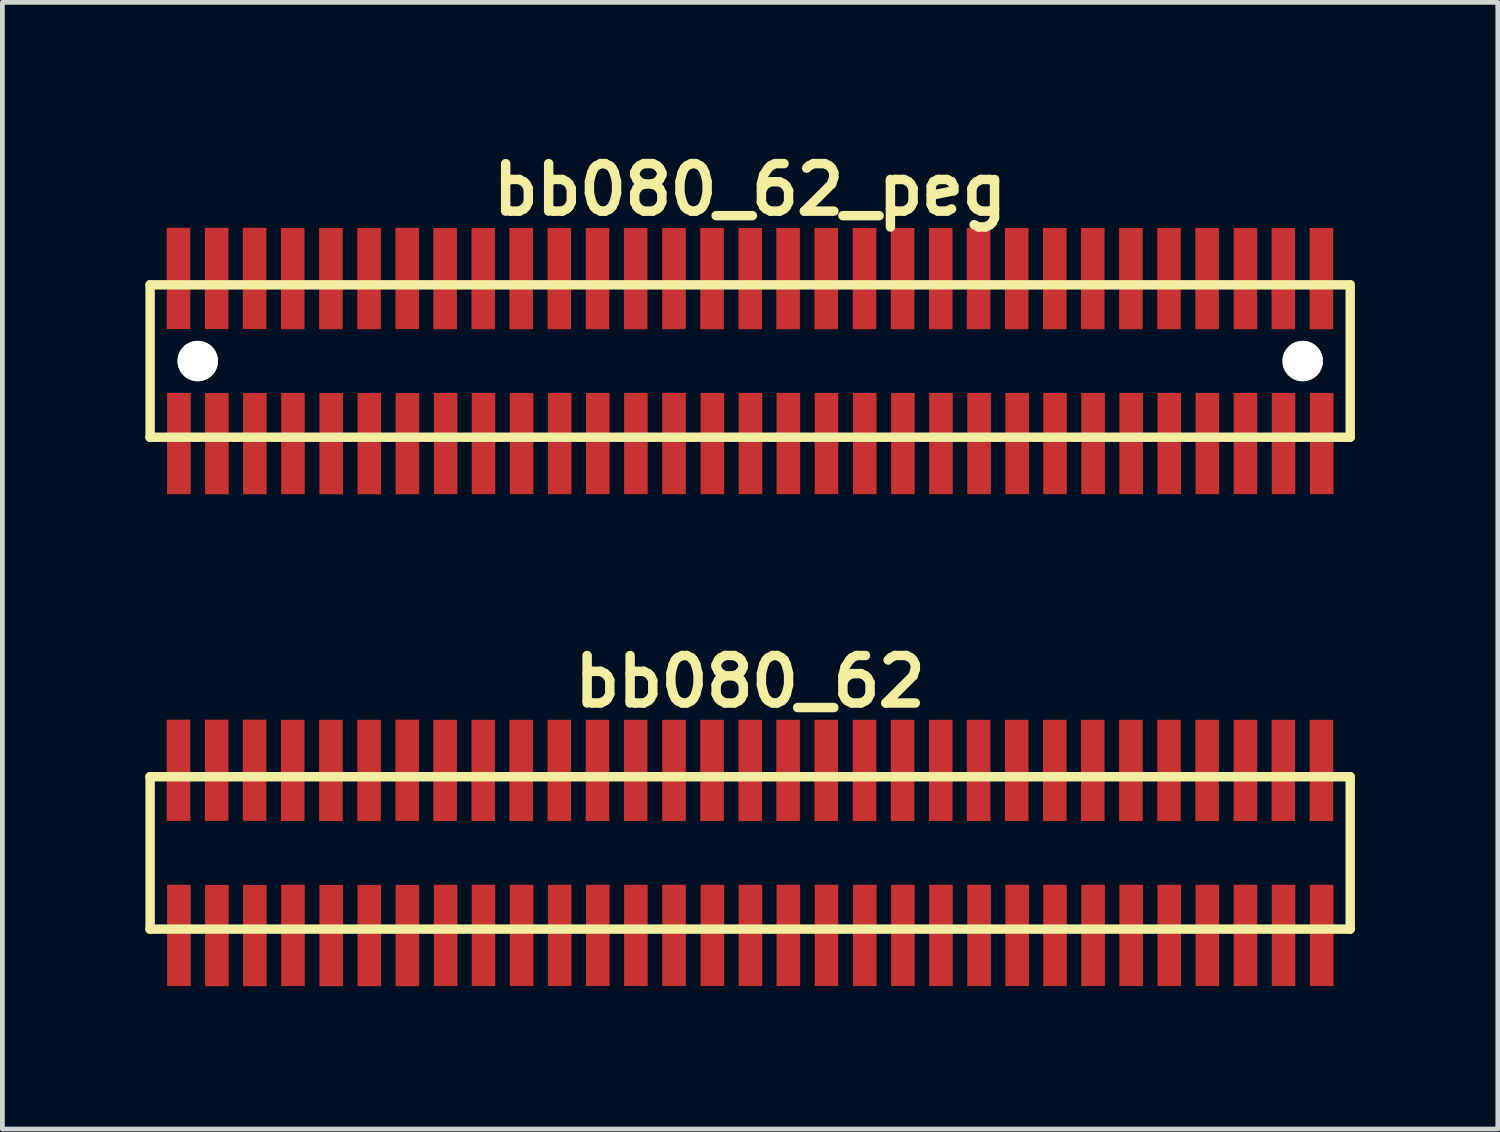
<source format=kicad_pcb>
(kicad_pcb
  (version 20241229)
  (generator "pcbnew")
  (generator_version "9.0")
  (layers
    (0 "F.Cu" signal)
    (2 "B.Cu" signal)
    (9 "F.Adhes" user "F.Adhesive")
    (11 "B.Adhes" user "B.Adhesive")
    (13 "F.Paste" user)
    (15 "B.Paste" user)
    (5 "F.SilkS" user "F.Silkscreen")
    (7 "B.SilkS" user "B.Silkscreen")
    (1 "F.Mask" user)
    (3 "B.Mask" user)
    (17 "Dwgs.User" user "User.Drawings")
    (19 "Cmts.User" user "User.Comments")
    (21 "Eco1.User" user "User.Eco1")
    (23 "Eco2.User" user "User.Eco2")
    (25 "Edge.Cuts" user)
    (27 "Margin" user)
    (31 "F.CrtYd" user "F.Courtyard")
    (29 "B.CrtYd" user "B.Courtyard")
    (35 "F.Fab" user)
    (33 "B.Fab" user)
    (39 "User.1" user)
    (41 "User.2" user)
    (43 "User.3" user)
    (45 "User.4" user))
  (footprint "bb080_62_peg"
    (layer "F.Cu")
    (at 12.7 4.531)
    (property "Reference" "bb080_62_peg" (at 0 -3.599 0) (layer "F.SilkS") (effects (font (size 0.998 0.998) (thickness 0.198))))
    (attr through_hole)
    (fp_line (start -12.601 1.6) (end 12.598 1.6) (stroke (width 0.198) (type solid)) (layer "F.SilkS"))
    (fp_line (start -12.598 -1.6) (end -12.598 1.6) (stroke (width 0.198) (type solid)) (layer "F.SilkS"))
    (fp_line (start 12.598 -1.6) (end -12.601 -1.6) (stroke (width 0.198) (type solid)) (layer "F.SilkS"))
    (fp_line (start 12.601 1.6) (end 12.601 -1.6) (stroke (width 0.198) (type solid)) (layer "F.SilkS"))
    (pad "" np_thru_hole circle (at -11.598 0) (size 0.848 0.848) (drill 0.848) (layers "*.Cu" "*.Mask" "F.SilkS"))
    (pad "" np_thru_hole circle (at 11.603 0) (size 0.848 0.848) (drill 0.848) (layers "*.Cu" "*.Mask" "F.SilkS"))
    (pad "1" smd rect (at -11.994 1.732) (size 0.495 2.126) (layers "F.Cu" "F.Mask" "F.Paste"))
    (pad "2" smd rect (at -12.002 -1.735) (size 0.495 2.126) (layers "F.Cu" "F.Mask" "F.Paste"))
    (pad "3" smd rect (at -11.196 1.735) (size 0.495 2.126) (layers "F.Cu" "F.Mask" "F.Paste"))
    (pad "4" smd rect (at -11.201 -1.735) (size 0.495 2.126) (layers "F.Cu" "F.Mask" "F.Paste"))
    (pad "5" smd rect (at -10.399 1.735) (size 0.495 2.126) (layers "F.Cu" "F.Mask" "F.Paste"))
    (pad "6" smd rect (at -10.404 -1.735) (size 0.495 2.126) (layers "F.Cu" "F.Mask" "F.Paste"))
    (pad "7" smd rect (at -9.599 1.732) (size 0.495 2.126) (layers "F.Cu" "F.Mask" "F.Paste"))
    (pad "8" smd rect (at -9.604 -1.732) (size 0.495 2.126) (layers "F.Cu" "F.Mask" "F.Paste"))
    (pad "9" smd rect (at -8.796 1.735) (size 0.495 2.126) (layers "F.Cu" "F.Mask" "F.Paste"))
    (pad "10" smd rect (at -8.801 -1.732) (size 0.495 2.126) (layers "F.Cu" "F.Mask" "F.Paste"))
    (pad "11" smd rect (at -7.996 1.735) (size 0.495 2.126) (layers "F.Cu" "F.Mask" "F.Paste"))
    (pad "12" smd rect (at -8.001 -1.732) (size 0.495 2.126) (layers "F.Cu" "F.Mask" "F.Paste"))
    (pad "13" smd rect (at -7.196 1.735) (size 0.495 2.126) (layers "F.Cu" "F.Mask" "F.Paste"))
    (pad "14" smd rect (at -7.198 -1.735) (size 0.495 2.126) (layers "F.Cu" "F.Mask" "F.Paste"))
    (pad "15" smd rect (at -6.393 1.732) (size 0.495 2.126) (layers "F.Cu" "F.Mask" "F.Paste"))
    (pad "16" smd rect (at -6.403 -1.732) (size 0.495 2.126) (layers "F.Cu" "F.Mask" "F.Paste"))
    (pad "17" smd rect (at -5.598 1.732) (size 0.495 2.126) (layers "F.Cu" "F.Mask" "F.Paste"))
    (pad "18" smd rect (at -5.603 -1.732) (size 0.495 2.126) (layers "F.Cu" "F.Mask" "F.Paste"))
    (pad "19" smd rect (at -4.798 1.732) (size 0.495 2.126) (layers "F.Cu" "F.Mask" "F.Paste"))
    (pad "20" smd rect (at -4.806 -1.732) (size 0.495 2.126) (layers "F.Cu" "F.Mask" "F.Paste"))
    (pad "21" smd rect (at -3.998 1.732) (size 0.495 2.126) (layers "F.Cu" "F.Mask" "F.Paste"))
    (pad "22" smd rect (at -4.006 -1.732) (size 0.495 2.126) (layers "F.Cu" "F.Mask" "F.Paste"))
    (pad "23" smd rect (at -3.198 1.732) (size 0.495 2.126) (layers "F.Cu" "F.Mask" "F.Paste"))
    (pad "24" smd rect (at -3.203 -1.732) (size 0.495 2.126) (layers "F.Cu" "F.Mask" "F.Paste"))
    (pad "25" smd rect (at -2.398 1.732) (size 0.495 2.126) (layers "F.Cu" "F.Mask" "F.Paste"))
    (pad "26" smd rect (at -2.403 -1.732) (size 0.495 2.126) (layers "F.Cu" "F.Mask" "F.Paste"))
    (pad "27" smd rect (at -1.598 1.732) (size 0.495 2.126) (layers "F.Cu" "F.Mask" "F.Paste"))
    (pad "28" smd rect (at -1.598 -1.732) (size 0.495 2.126) (layers "F.Cu" "F.Mask" "F.Paste"))
    (pad "29" smd rect (at -0.792 1.732) (size 0.495 2.126) (layers "F.Cu" "F.Mask" "F.Paste"))
    (pad "30" smd rect (at -0.798 -1.732) (size 0.495 2.126) (layers "F.Cu" "F.Mask" "F.Paste"))
    (pad "31" smd rect (at 0.008 1.732) (size 0.495 2.126) (layers "F.Cu" "F.Mask" "F.Paste"))
    (pad "32" smd rect (at 0.003 -1.732) (size 0.495 2.126) (layers "F.Cu" "F.Mask" "F.Paste"))
    (pad "33" smd rect (at 0.803 1.732) (size 0.495 2.126) (layers "F.Cu" "F.Mask" "F.Paste"))
    (pad "34" smd rect (at 0.798 -1.732) (size 0.495 2.126) (layers "F.Cu" "F.Mask" "F.Paste"))
    (pad "35" smd rect (at 1.603 1.732) (size 0.495 2.126) (layers "F.Cu" "F.Mask" "F.Paste"))
    (pad "36" smd rect (at 1.598 -1.732) (size 0.495 2.126) (layers "F.Cu" "F.Mask" "F.Paste"))
    (pad "37" smd rect (at 2.408 1.732) (size 0.495 2.126) (layers "F.Cu" "F.Mask" "F.Paste"))
    (pad "38" smd rect (at 2.403 -1.732) (size 0.495 2.126) (layers "F.Cu" "F.Mask" "F.Paste"))
    (pad "39" smd rect (at 3.208 1.732) (size 0.495 2.126) (layers "F.Cu" "F.Mask" "F.Paste"))
    (pad "40" smd rect (at 3.203 -1.732) (size 0.495 2.126) (layers "F.Cu" "F.Mask" "F.Paste"))
    (pad "41" smd rect (at 4.008 1.732) (size 0.495 2.126) (layers "F.Cu" "F.Mask" "F.Paste"))
    (pad "42" smd rect (at 4.003 -1.732) (size 0.495 2.126) (layers "F.Cu" "F.Mask" "F.Paste"))
    (pad "43" smd rect (at 4.808 1.732) (size 0.495 2.126) (layers "F.Cu" "F.Mask" "F.Paste"))
    (pad "44" smd rect (at 4.798 -1.732) (size 0.495 2.126) (layers "F.Cu" "F.Mask" "F.Paste"))
    (pad "45" smd rect (at 5.608 1.732) (size 0.495 2.126) (layers "F.Cu" "F.Mask" "F.Paste"))
    (pad "46" smd rect (at 5.598 -1.732) (size 0.495 2.126) (layers "F.Cu" "F.Mask" "F.Paste"))
    (pad "47" smd rect (at 6.403 1.732) (size 0.495 2.126) (layers "F.Cu" "F.Mask" "F.Paste"))
    (pad "48" smd rect (at 6.398 -1.732) (size 0.495 2.126) (layers "F.Cu" "F.Mask" "F.Paste"))
    (pad "49" smd rect (at 7.203 1.732) (size 0.495 2.126) (layers "F.Cu" "F.Mask" "F.Paste"))
    (pad "50" smd rect (at 7.196 -1.732) (size 0.495 2.126) (layers "F.Cu" "F.Mask" "F.Paste"))
    (pad "51" smd rect (at 8.001 1.732) (size 0.495 2.126) (layers "F.Cu" "F.Mask" "F.Paste"))
    (pad "52" smd rect (at 7.996 -1.732) (size 0.495 2.126) (layers "F.Cu" "F.Mask" "F.Paste"))
    (pad "53" smd rect (at 8.801 1.732) (size 0.495 2.126) (layers "F.Cu" "F.Mask" "F.Paste"))
    (pad "54" smd rect (at 8.796 -1.732) (size 0.495 2.126) (layers "F.Cu" "F.Mask" "F.Paste"))
    (pad "55" smd rect (at 9.601 1.732) (size 0.495 2.126) (layers "F.Cu" "F.Mask" "F.Paste"))
    (pad "56" smd rect (at 9.596 -1.732) (size 0.495 2.126) (layers "F.Cu" "F.Mask" "F.Paste"))
    (pad "57" smd rect (at 10.401 1.732) (size 0.495 2.126) (layers "F.Cu" "F.Mask" "F.Paste"))
    (pad "58" smd rect (at 10.401 -1.732) (size 0.495 2.126) (layers "F.Cu" "F.Mask" "F.Paste"))
    (pad "59" smd rect (at 11.201 1.732) (size 0.495 2.126) (layers "F.Cu" "F.Mask" "F.Paste"))
    (pad "60" smd rect (at 11.196 -1.732) (size 0.495 2.126) (layers "F.Cu" "F.Mask" "F.Paste"))
    (pad "61" smd rect (at 12.002 1.732) (size 0.495 2.126) (layers "F.Cu" "F.Mask" "F.Paste"))
    (pad "62" smd rect (at 11.996 -1.732) (size 0.495 2.126) (layers "F.Cu" "F.Mask" "F.Paste")))
  (footprint "bb080_62"
    (layer "F.Cu")
    (at 12.7 14.859)
    (property "Reference" "bb080_62" (at 0 -3.599 0) (layer "F.SilkS") (effects (font (size 0.998 0.998) (thickness 0.198))))
    (attr through_hole)
    (fp_line (start -12.601 1.6) (end 12.598 1.6) (stroke (width 0.198) (type solid)) (layer "F.SilkS"))
    (fp_line (start -12.598 -1.6) (end -12.598 1.6) (stroke (width 0.198) (type solid)) (layer "F.SilkS"))
    (fp_line (start 12.598 -1.6) (end -12.601 -1.6) (stroke (width 0.198) (type solid)) (layer "F.SilkS"))
    (fp_line (start 12.601 1.6) (end 12.601 -1.6) (stroke (width 0.198) (type solid)) (layer "F.SilkS"))
    (pad "1" smd rect (at -11.994 1.732) (size 0.495 2.126) (layers "F.Cu" "F.Mask" "F.Paste"))
    (pad "2" smd rect (at -12.002 -1.735) (size 0.495 2.126) (layers "F.Cu" "F.Mask" "F.Paste"))
    (pad "3" smd rect (at -11.196 1.735) (size 0.495 2.126) (layers "F.Cu" "F.Mask" "F.Paste"))
    (pad "4" smd rect (at -11.201 -1.735) (size 0.495 2.126) (layers "F.Cu" "F.Mask" "F.Paste"))
    (pad "5" smd rect (at -10.399 1.735) (size 0.495 2.126) (layers "F.Cu" "F.Mask" "F.Paste"))
    (pad "6" smd rect (at -10.404 -1.735) (size 0.495 2.126) (layers "F.Cu" "F.Mask" "F.Paste"))
    (pad "7" smd rect (at -9.599 1.732) (size 0.495 2.126) (layers "F.Cu" "F.Mask" "F.Paste"))
    (pad "8" smd rect (at -9.604 -1.732) (size 0.495 2.126) (layers "F.Cu" "F.Mask" "F.Paste"))
    (pad "9" smd rect (at -8.796 1.735) (size 0.495 2.126) (layers "F.Cu" "F.Mask" "F.Paste"))
    (pad "10" smd rect (at -8.801 -1.732) (size 0.495 2.126) (layers "F.Cu" "F.Mask" "F.Paste"))
    (pad "11" smd rect (at -7.996 1.735) (size 0.495 2.126) (layers "F.Cu" "F.Mask" "F.Paste"))
    (pad "12" smd rect (at -8.001 -1.732) (size 0.495 2.126) (layers "F.Cu" "F.Mask" "F.Paste"))
    (pad "13" smd rect (at -7.196 1.735) (size 0.495 2.126) (layers "F.Cu" "F.Mask" "F.Paste"))
    (pad "14" smd rect (at -7.198 -1.735) (size 0.495 2.126) (layers "F.Cu" "F.Mask" "F.Paste"))
    (pad "15" smd rect (at -6.393 1.732) (size 0.495 2.126) (layers "F.Cu" "F.Mask" "F.Paste"))
    (pad "16" smd rect (at -6.403 -1.732) (size 0.495 2.126) (layers "F.Cu" "F.Mask" "F.Paste"))
    (pad "17" smd rect (at -5.598 1.732) (size 0.495 2.126) (layers "F.Cu" "F.Mask" "F.Paste"))
    (pad "18" smd rect (at -5.603 -1.732) (size 0.495 2.126) (layers "F.Cu" "F.Mask" "F.Paste"))
    (pad "19" smd rect (at -4.798 1.732) (size 0.495 2.126) (layers "F.Cu" "F.Mask" "F.Paste"))
    (pad "20" smd rect (at -4.806 -1.732) (size 0.495 2.126) (layers "F.Cu" "F.Mask" "F.Paste"))
    (pad "21" smd rect (at -3.998 1.732) (size 0.495 2.126) (layers "F.Cu" "F.Mask" "F.Paste"))
    (pad "22" smd rect (at -4.006 -1.732) (size 0.495 2.126) (layers "F.Cu" "F.Mask" "F.Paste"))
    (pad "23" smd rect (at -3.198 1.732) (size 0.495 2.126) (layers "F.Cu" "F.Mask" "F.Paste"))
    (pad "24" smd rect (at -3.203 -1.732) (size 0.495 2.126) (layers "F.Cu" "F.Mask" "F.Paste"))
    (pad "25" smd rect (at -2.398 1.732) (size 0.495 2.126) (layers "F.Cu" "F.Mask" "F.Paste"))
    (pad "26" smd rect (at -2.403 -1.732) (size 0.495 2.126) (layers "F.Cu" "F.Mask" "F.Paste"))
    (pad "27" smd rect (at -1.598 1.732) (size 0.495 2.126) (layers "F.Cu" "F.Mask" "F.Paste"))
    (pad "28" smd rect (at -1.598 -1.732) (size 0.495 2.126) (layers "F.Cu" "F.Mask" "F.Paste"))
    (pad "29" smd rect (at -0.792 1.732) (size 0.495 2.126) (layers "F.Cu" "F.Mask" "F.Paste"))
    (pad "30" smd rect (at -0.798 -1.732) (size 0.495 2.126) (layers "F.Cu" "F.Mask" "F.Paste"))
    (pad "31" smd rect (at 0.008 1.732) (size 0.495 2.126) (layers "F.Cu" "F.Mask" "F.Paste"))
    (pad "32" smd rect (at 0.003 -1.732) (size 0.495 2.126) (layers "F.Cu" "F.Mask" "F.Paste"))
    (pad "33" smd rect (at 0.803 1.732) (size 0.495 2.126) (layers "F.Cu" "F.Mask" "F.Paste"))
    (pad "34" smd rect (at 0.798 -1.732) (size 0.495 2.126) (layers "F.Cu" "F.Mask" "F.Paste"))
    (pad "35" smd rect (at 1.603 1.732) (size 0.495 2.126) (layers "F.Cu" "F.Mask" "F.Paste"))
    (pad "36" smd rect (at 1.598 -1.732) (size 0.495 2.126) (layers "F.Cu" "F.Mask" "F.Paste"))
    (pad "37" smd rect (at 2.408 1.732) (size 0.495 2.126) (layers "F.Cu" "F.Mask" "F.Paste"))
    (pad "38" smd rect (at 2.403 -1.732) (size 0.495 2.126) (layers "F.Cu" "F.Mask" "F.Paste"))
    (pad "39" smd rect (at 3.208 1.732) (size 0.495 2.126) (layers "F.Cu" "F.Mask" "F.Paste"))
    (pad "40" smd rect (at 3.203 -1.732) (size 0.495 2.126) (layers "F.Cu" "F.Mask" "F.Paste"))
    (pad "41" smd rect (at 4.008 1.732) (size 0.495 2.126) (layers "F.Cu" "F.Mask" "F.Paste"))
    (pad "42" smd rect (at 4.003 -1.732) (size 0.495 2.126) (layers "F.Cu" "F.Mask" "F.Paste"))
    (pad "43" smd rect (at 4.808 1.732) (size 0.495 2.126) (layers "F.Cu" "F.Mask" "F.Paste"))
    (pad "44" smd rect (at 4.798 -1.732) (size 0.495 2.126) (layers "F.Cu" "F.Mask" "F.Paste"))
    (pad "45" smd rect (at 5.608 1.732) (size 0.495 2.126) (layers "F.Cu" "F.Mask" "F.Paste"))
    (pad "46" smd rect (at 5.598 -1.732) (size 0.495 2.126) (layers "F.Cu" "F.Mask" "F.Paste"))
    (pad "47" smd rect (at 6.403 1.732) (size 0.495 2.126) (layers "F.Cu" "F.Mask" "F.Paste"))
    (pad "48" smd rect (at 6.398 -1.732) (size 0.495 2.126) (layers "F.Cu" "F.Mask" "F.Paste"))
    (pad "49" smd rect (at 7.203 1.732) (size 0.495 2.126) (layers "F.Cu" "F.Mask" "F.Paste"))
    (pad "50" smd rect (at 7.196 -1.732) (size 0.495 2.126) (layers "F.Cu" "F.Mask" "F.Paste"))
    (pad "51" smd rect (at 8.001 1.732) (size 0.495 2.126) (layers "F.Cu" "F.Mask" "F.Paste"))
    (pad "52" smd rect (at 7.996 -1.732) (size 0.495 2.126) (layers "F.Cu" "F.Mask" "F.Paste"))
    (pad "53" smd rect (at 8.801 1.732) (size 0.495 2.126) (layers "F.Cu" "F.Mask" "F.Paste"))
    (pad "54" smd rect (at 8.796 -1.732) (size 0.495 2.126) (layers "F.Cu" "F.Mask" "F.Paste"))
    (pad "55" smd rect (at 9.601 1.732) (size 0.495 2.126) (layers "F.Cu" "F.Mask" "F.Paste"))
    (pad "56" smd rect (at 9.596 -1.732) (size 0.495 2.126) (layers "F.Cu" "F.Mask" "F.Paste"))
    (pad "57" smd rect (at 10.401 1.732) (size 0.495 2.126) (layers "F.Cu" "F.Mask" "F.Paste"))
    (pad "58" smd rect (at 10.401 -1.732) (size 0.495 2.126) (layers "F.Cu" "F.Mask" "F.Paste"))
    (pad "59" smd rect (at 11.201 1.732) (size 0.495 2.126) (layers "F.Cu" "F.Mask" "F.Paste"))
    (pad "60" smd rect (at 11.196 -1.732) (size 0.495 2.126) (layers "F.Cu" "F.Mask" "F.Paste"))
    (pad "61" smd rect (at 12.002 1.732) (size 0.495 2.126) (layers "F.Cu" "F.Mask" "F.Paste"))
    (pad "62" smd rect (at 11.996 -1.732) (size 0.495 2.126) (layers "F.Cu" "F.Mask" "F.Paste")))
  (gr_rect
    (start -3 -3)
    (end 28.4 20.657)
    (stroke (width 0.1) (type default))
    (fill no)
    (layer "Edge.Cuts")))
</source>
